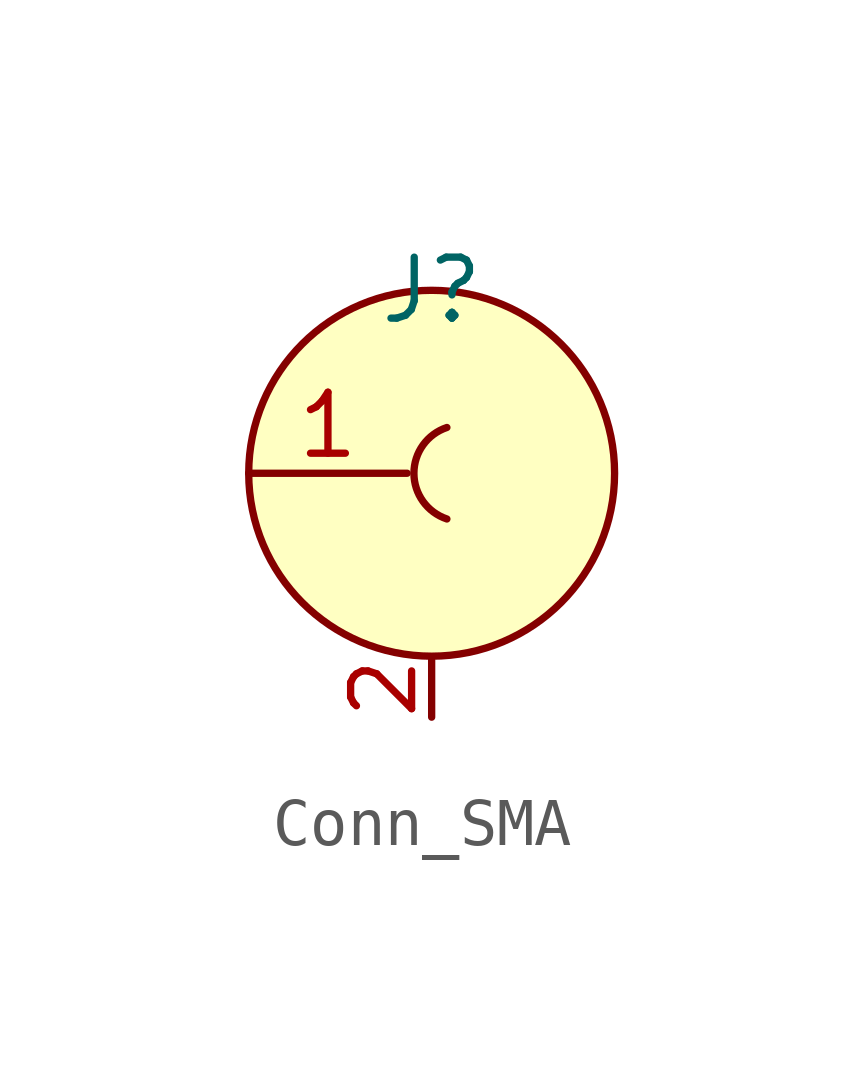
<source format=kicad_sym>
(kicad_symbol_lib
  (version 20231120)
  (generator "kicad_symbol_editor")
  (generator_version "8.0")
  (symbol "Conn_SMA"
    (property "Reference" "J"
      (at 0 3.81 0)
      (effects (font (size 1.27 1.27))))
    (property "Value" ""
      (at 0 0 0)
      (effects (font (size 1.27 1.27))))
    (symbol "Conn_SMA_0_1"
      (arc (start 0.3175 0.9525) (mid -0.369 0) (end 0.3175 -0.9525) (stroke (width 0) (type default)) (fill (type none))))
    (symbol "Conn_SMA_1_1"
      (circle (center 0 0) (radius 3.81) (stroke (width 0) (type default)) (fill (type background)))
      (pin passive line (at -3.81 0 0) (length 3.3) (name "" (effects (font (size 1.27 1.27)))) (number "1" (effects (font (size 1.27 1.27)))))
      (pin passive line (at 0 -5.08 90) (length 1.2) (name "" (effects (font (size 1.27 1.27)))) (number "2" (effects (font (size 1.27 1.27))))))))
</source>
